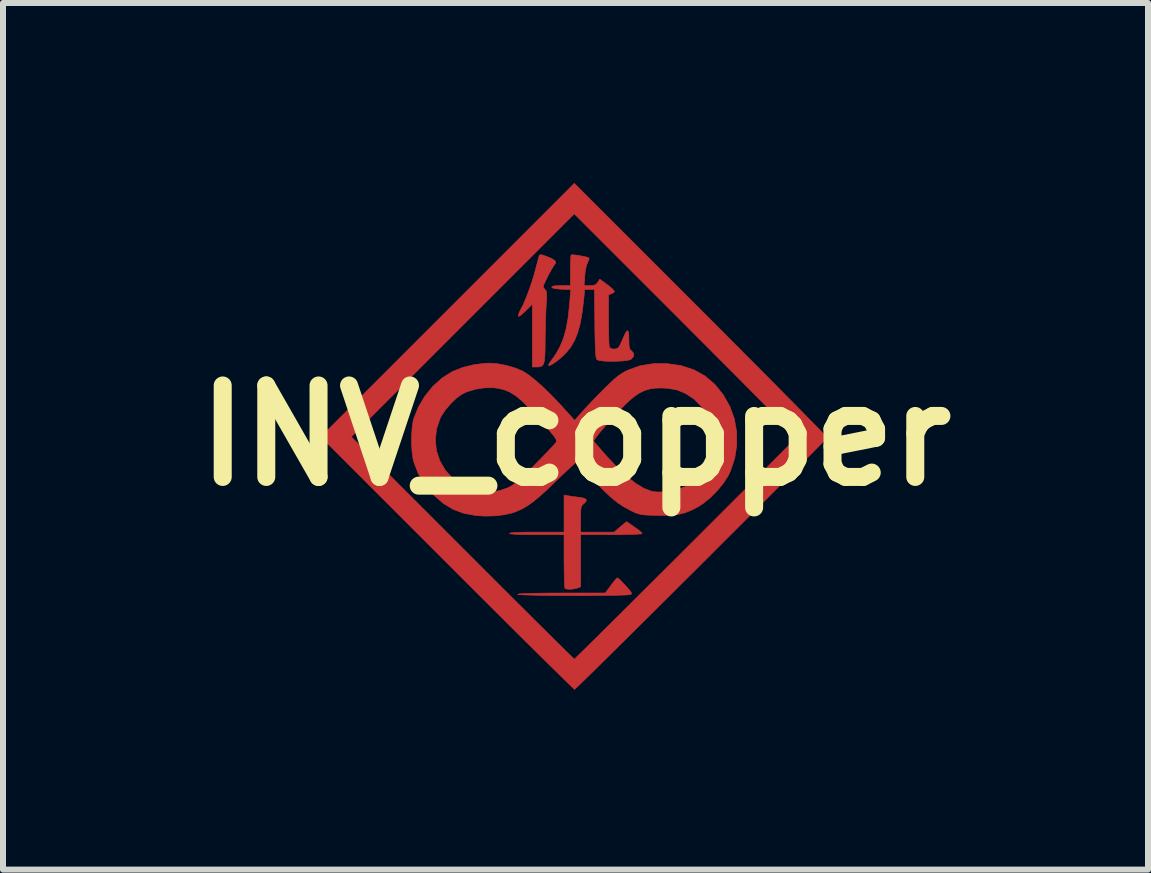
<source format=kicad_pcb>
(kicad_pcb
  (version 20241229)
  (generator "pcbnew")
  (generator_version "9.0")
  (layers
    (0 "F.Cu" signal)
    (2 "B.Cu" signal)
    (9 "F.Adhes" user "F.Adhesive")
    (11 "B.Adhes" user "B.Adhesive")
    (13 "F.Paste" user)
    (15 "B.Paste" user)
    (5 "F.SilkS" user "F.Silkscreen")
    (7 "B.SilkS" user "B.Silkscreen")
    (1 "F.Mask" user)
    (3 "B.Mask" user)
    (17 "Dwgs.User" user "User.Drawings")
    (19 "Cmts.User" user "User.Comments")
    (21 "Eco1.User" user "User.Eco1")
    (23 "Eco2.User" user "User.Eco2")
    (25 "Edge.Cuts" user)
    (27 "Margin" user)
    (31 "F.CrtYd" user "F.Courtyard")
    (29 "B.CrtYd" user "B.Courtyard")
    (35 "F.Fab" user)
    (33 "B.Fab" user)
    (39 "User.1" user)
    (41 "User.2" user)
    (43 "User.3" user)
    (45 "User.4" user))
  (footprint "INV_copper"
    (layer "F.Cu")
    (at 6.539 4.207)
    (property "Reference" "INV_copper" (at 0 0 0) (layer "F.SilkS") (effects (font (size 1.524 1.524) (thickness 0.3))))
    (attr through_hole)
    (fp_poly (pts (xy 0.72 2.385) (xy 0.761 2.424) (xy 0.815 2.481) (xy 0.835 2.502) (xy 0.893 2.567) (xy 0.924 2.609) (xy 0.933 2.633) (xy 0.922 2.646) (xy 0.916 2.649) (xy 0.885 2.653) (xy 0.818 2.657) (xy 0.72 2.66) (xy 0.596 2.662) (xy 0.452 2.664) (xy 0.294 2.665) (xy 0.125 2.666) (xy -0.048 2.666) (xy -0.22 2.665) (xy -0.386 2.664) (xy -0.541 2.662) (xy -0.679 2.66) (xy -0.796 2.657) (xy -0.886 2.654) (xy -0.943 2.65) (xy -0.963 2.646) (xy -0.946 2.639) (xy -0.888 2.634) (xy -0.788 2.63) (xy -0.647 2.627) (xy -0.465 2.625) (xy -0.243 2.624) (xy -0.239 2.624) (xy 0.497 2.623) (xy 0.589 2.497) (xy 0.636 2.436) (xy 0.674 2.391) (xy 0.697 2.371) (xy 0.699 2.371) (xy 0.72 2.385)) (stroke (width 0.01) (type solid)) (fill yes) (layer "F.Cu"))
    (fp_poly (pts (xy -0.549 -3.008) (xy -0.483 -2.985) (xy -0.394 -2.947) (xy -0.344 -2.914) (xy -0.329 -2.883) (xy -0.346 -2.853) (xy -0.369 -2.821) (xy -0.404 -2.761) (xy -0.446 -2.685) (xy -0.465 -2.648) (xy -0.505 -2.566) (xy -0.529 -2.513) (xy -0.537 -2.48) (xy -0.531 -2.459) (xy -0.514 -2.44) (xy -0.512 -2.438) (xy -0.495 -2.418) (xy -0.484 -2.392) (xy -0.48 -2.35) (xy -0.482 -2.283) (xy -0.488 -2.183) (xy -0.488 -2.18) (xy -0.494 -2.081) (xy -0.498 -1.952) (xy -0.502 -1.808) (xy -0.505 -1.661) (xy -0.506 -1.584) (xy -0.507 -1.436) (xy -0.511 -1.326) (xy -0.519 -1.248) (xy -0.532 -1.195) (xy -0.553 -1.164) (xy -0.583 -1.149) (xy -0.623 -1.143) (xy -0.647 -1.143) (xy -0.72 -1.143) (xy -0.72 -2.189) (xy -0.836 -2.074) (xy -0.897 -2.017) (xy -0.934 -1.989) (xy -0.951 -1.989) (xy -0.953 -1.998) (xy -0.942 -2.042) (xy -0.915 -2.097) (xy -0.911 -2.105) (xy -0.873 -2.178) (xy -0.828 -2.283) (xy -0.78 -2.407) (xy -0.733 -2.542) (xy -0.691 -2.677) (xy -0.667 -2.766) (xy -0.643 -2.856) (xy -0.623 -2.932) (xy -0.608 -2.985) (xy -0.604 -3.001) (xy -0.588 -3.013) (xy -0.549 -3.008)) (stroke (width 0.01) (type solid)) (fill yes) (layer "F.Cu"))
    (fp_poly (pts (xy -0.132 1.002) (xy -0.078 1.011) (xy -0.003 1.021) (xy 0.047 1.027) (xy 0.132 1.041) (xy 0.175 1.061) (xy 0.18 1.089) (xy 0.148 1.126) (xy 0.141 1.131) (xy 0.116 1.154) (xy 0.099 1.178) (xy 0.09 1.214) (xy 0.086 1.27) (xy 0.085 1.357) (xy 0.085 1.393) (xy 0.085 1.609) (xy 0.643 1.609) (xy 0.746 1.521) (xy 0.85 1.434) (xy 0.984 1.526) (xy 1.047 1.571) (xy 1.091 1.608) (xy 1.109 1.632) (xy 1.109 1.634) (xy 1.085 1.639) (xy 1.026 1.643) (xy 0.936 1.647) (xy 0.821 1.649) (xy 0.688 1.651) (xy 0.591 1.651) (xy 0.085 1.651) (xy 0.085 2.52) (xy 0.03 2.541) (xy -0.027 2.555) (xy -0.093 2.561) (xy -0.149 2.557) (xy -0.176 2.547) (xy -0.181 2.523) (xy -0.184 2.462) (xy -0.187 2.372) (xy -0.189 2.26) (xy -0.19 2.131) (xy -0.191 2.092) (xy -0.191 1.651) (xy -0.646 1.651) (xy -0.808 1.65) (xy -0.938 1.647) (xy -1.031 1.643) (xy -1.086 1.636) (xy -1.101 1.63) (xy -1.08 1.622) (xy -1.019 1.616) (xy -0.92 1.612) (xy -0.786 1.609) (xy -0.646 1.609) (xy -0.191 1.609) (xy -0.191 0.991) (xy -0.132 1.002)) (stroke (width 0.01) (type solid)) (fill yes) (layer "F.Cu"))
    (fp_poly (pts (xy 0.004 -3.007) (xy 0.071 -2.997) (xy 0.139 -2.984) (xy 0.194 -2.971) (xy 0.223 -2.959) (xy 0.224 -2.959) (xy 0.224 -2.932) (xy 0.204 -2.89) (xy 0.203 -2.89) (xy 0.182 -2.835) (xy 0.164 -2.75) (xy 0.155 -2.667) (xy 0.142 -2.498) (xy 0.238 -2.498) (xy 0.303 -2.502) (xy 0.343 -2.52) (xy 0.369 -2.551) (xy 0.404 -2.605) (xy 0.498 -2.537) (xy 0.558 -2.491) (xy 0.609 -2.449) (xy 0.627 -2.431) (xy 0.648 -2.403) (xy 0.638 -2.384) (xy 0.606 -2.368) (xy 0.55 -2.343) (xy 0.55 -1.925) (xy 0.551 -1.794) (xy 0.553 -1.677) (xy 0.555 -1.579) (xy 0.559 -1.51) (xy 0.563 -1.474) (xy 0.563 -1.473) (xy 0.592 -1.448) (xy 0.641 -1.44) (xy 0.692 -1.45) (xy 0.717 -1.468) (xy 0.738 -1.503) (xy 0.767 -1.563) (xy 0.792 -1.621) (xy 0.829 -1.703) (xy 0.856 -1.744) (xy 0.874 -1.744) (xy 0.885 -1.702) (xy 0.889 -1.618) (xy 0.889 -1.6) (xy 0.891 -1.515) (xy 0.897 -1.463) (xy 0.91 -1.432) (xy 0.931 -1.413) (xy 0.968 -1.371) (xy 0.968 -1.322) (xy 0.933 -1.278) (xy 0.918 -1.268) (xy 0.87 -1.254) (xy 0.795 -1.244) (xy 0.703 -1.239) (xy 0.604 -1.237) (xy 0.509 -1.239) (xy 0.428 -1.246) (xy 0.373 -1.257) (xy 0.356 -1.266) (xy 0.347 -1.285) (xy 0.339 -1.327) (xy 0.334 -1.394) (xy 0.329 -1.49) (xy 0.325 -1.62) (xy 0.322 -1.787) (xy 0.322 -1.864) (xy 0.315 -2.434) (xy 0.152 -2.434) (xy 0.139 -2.291) (xy 0.113 -2.066) (xy 0.08 -1.877) (xy 0.038 -1.719) (xy -0.015 -1.587) (xy -0.08 -1.474) (xy -0.151 -1.386) (xy -0.212 -1.325) (xy -0.275 -1.269) (xy -0.336 -1.223) (xy -0.388 -1.189) (xy -0.428 -1.169) (xy -0.449 -1.168) (xy -0.447 -1.187) (xy -0.424 -1.222) (xy -0.331 -1.352) (xy -0.258 -1.483) (xy -0.2 -1.622) (xy -0.157 -1.778) (xy -0.124 -1.957) (xy -0.101 -2.169) (xy -0.095 -2.237) (xy -0.08 -2.432) (xy -0.234 -2.438) (xy -0.327 -2.446) (xy -0.382 -2.459) (xy -0.397 -2.471) (xy -0.39 -2.485) (xy -0.353 -2.494) (xy -0.281 -2.497) (xy -0.245 -2.498) (xy -0.085 -2.498) (xy -0.085 -2.748) (xy -0.084 -2.847) (xy -0.082 -2.929) (xy -0.078 -2.986) (xy -0.074 -3.009) (xy -0.049 -3.012) (xy 0.004 -3.007)) (stroke (width 0.01) (type solid)) (fill yes) (layer "F.Cu"))
    (fp_poly (pts (xy 2.085 -2.096) (xy 2.334 -1.847) (xy 2.574 -1.606) (xy 2.804 -1.375) (xy 3.023 -1.155) (xy 3.228 -0.949) (xy 3.418 -0.757) (xy 3.591 -0.582) (xy 3.746 -0.425) (xy 3.88 -0.288) (xy 3.993 -0.173) (xy 4.082 -0.082) (xy 4.145 -0.015) (xy 4.182 0.024) (xy 4.191 0.035) (xy 4.176 0.052) (xy 4.134 0.097) (xy 4.065 0.167) (xy 3.973 0.261) (xy 3.858 0.377) (xy 3.725 0.512) (xy 3.573 0.664) (xy 3.406 0.832) (xy 3.225 1.013) (xy 3.034 1.205) (xy 2.832 1.406) (xy 2.624 1.614) (xy 2.41 1.827) (xy 2.194 2.044) (xy 1.976 2.261) (xy 1.759 2.476) (xy 1.546 2.689) (xy 1.338 2.896) (xy 1.137 3.095) (xy 0.945 3.286) (xy 0.765 3.464) (xy 0.598 3.629) (xy 0.447 3.778) (xy 0.314 3.91) (xy 0.2 4.021) (xy 0.108 4.111) (xy 0.04 4.177) (xy -0.002 4.216) (xy -0.015 4.228) (xy -0.032 4.214) (xy -0.077 4.171) (xy -0.148 4.103) (xy -0.244 4.009) (xy -0.363 3.892) (xy -0.504 3.753) (xy -0.664 3.595) (xy -0.842 3.418) (xy -1.037 3.225) (xy -1.246 3.017) (xy -1.468 2.796) (xy -1.701 2.564) (xy -1.944 2.321) (xy -2.138 2.127) (xy -4.244 0.021) (xy -4.244 0.021) (xy -3.736 0.021) (xy -1.884 1.873) (xy -1.651 2.106) (xy -1.426 2.331) (xy -1.212 2.545) (xy -1.009 2.747) (xy -0.82 2.935) (xy -0.647 3.108) (xy -0.49 3.263) (xy -0.354 3.399) (xy -0.238 3.513) (xy -0.145 3.605) (xy -0.076 3.672) (xy -0.034 3.713) (xy -0.02 3.725) (xy -0.004 3.711) (xy 0.04 3.668) (xy 0.111 3.599) (xy 0.206 3.505) (xy 0.324 3.389) (xy 0.462 3.252) (xy 0.62 3.096) (xy 0.795 2.922) (xy 0.985 2.733) (xy 1.189 2.53) (xy 1.404 2.316) (xy 1.63 2.091) (xy 1.837 1.884) (xy 2.07 1.652) (xy 2.294 1.428) (xy 2.508 1.214) (xy 2.71 1.012) (xy 2.898 0.824) (xy 3.07 0.651) (xy 3.224 0.495) (xy 3.36 0.358) (xy 3.474 0.243) (xy 3.565 0.15) (xy 3.632 0.082) (xy 3.671 0.04) (xy 3.683 0.027) (xy 3.668 0.01) (xy 3.625 -0.035) (xy 3.556 -0.106) (xy 3.463 -0.201) (xy 3.346 -0.319) (xy 3.209 -0.458) (xy 3.052 -0.616) (xy 2.878 -0.791) (xy 2.689 -0.982) (xy 2.485 -1.186) (xy 2.27 -1.402) (xy 2.045 -1.627) (xy 1.831 -1.842) (xy -0.021 -3.694) (xy -3.736 0.021) (xy -4.244 0.021) (xy -2.133 -2.09) (xy -0.021 -4.202) (xy 2.085 -2.096)) (stroke (width 0.01) (type solid)) (fill yes) (layer "F.Cu"))
    (fp_poly (pts (xy -1.303 -1.197) (xy -1.16 -1.17) (xy -1.019 -1.13) (xy -0.898 -1.082) (xy -0.871 -1.068) (xy -0.775 -1.006) (xy -0.659 -0.913) (xy -0.527 -0.795) (xy -0.384 -0.654) (xy -0.235 -0.496) (xy -0.231 -0.492) (xy -0.015 -0.253) (xy 0.102 -0.386) (xy 0.159 -0.449) (xy 0.237 -0.532) (xy 0.328 -0.627) (xy 0.424 -0.724) (xy 0.466 -0.767) (xy 0.567 -0.866) (xy 0.647 -0.941) (xy 0.714 -0.996) (xy 0.775 -1.038) (xy 0.839 -1.074) (xy 0.87 -1.089) (xy 1.077 -1.163) (xy 1.302 -1.199) (xy 1.524 -1.199) (xy 1.76 -1.165) (xy 1.971 -1.096) (xy 2.157 -0.993) (xy 2.32 -0.854) (xy 2.46 -0.681) (xy 2.573 -0.481) (xy 2.646 -0.278) (xy 2.684 -0.062) (xy 2.686 0.16) (xy 2.652 0.38) (xy 2.582 0.589) (xy 2.547 0.662) (xy 2.47 0.785) (xy 2.366 0.913) (xy 2.249 1.032) (xy 2.128 1.131) (xy 2.053 1.18) (xy 1.934 1.242) (xy 1.825 1.286) (xy 1.715 1.313) (xy 1.591 1.328) (xy 1.443 1.331) (xy 1.366 1.33) (xy 1.247 1.327) (xy 1.161 1.323) (xy 1.097 1.315) (xy 1.045 1.303) (xy 0.995 1.285) (xy 0.937 1.258) (xy 0.91 1.244) (xy 0.802 1.185) (xy 0.698 1.116) (xy 0.592 1.03) (xy 0.478 0.923) (xy 0.349 0.789) (xy 0.268 0.7) (xy 0.189 0.614) (xy 0.119 0.54) (xy 0.063 0.484) (xy 0.027 0.451) (xy 0.016 0.445) (xy -0.005 0.459) (xy -0.052 0.499) (xy -0.119 0.56) (xy -0.202 0.638) (xy -0.296 0.728) (xy -0.337 0.768) (xy -0.482 0.908) (xy -0.606 1.02) (xy -0.714 1.108) (xy -0.811 1.176) (xy -0.903 1.228) (xy -0.996 1.268) (xy -1.048 1.287) (xy -1.18 1.318) (xy -1.337 1.337) (xy -1.505 1.342) (xy -1.662 1.332) (xy -1.861 1.295) (xy -2.038 1.23) (xy -2.201 1.131) (xy -2.358 0.995) (xy -2.4 0.952) (xy -2.524 0.797) (xy -2.623 0.626) (xy -2.691 0.449) (xy -2.708 0.383) (xy -2.723 0.274) (xy -2.731 0.144) (xy -2.731 0.072) (xy -2.336 0.072) (xy -2.317 0.251) (xy -2.26 0.422) (xy -2.168 0.58) (xy -2.041 0.72) (xy -1.937 0.803) (xy -1.831 0.865) (xy -1.718 0.905) (xy -1.582 0.929) (xy -1.577 0.93) (xy -1.409 0.938) (xy -1.263 0.918) (xy -1.125 0.869) (xy -1.111 0.862) (xy -1.058 0.832) (xy -1.001 0.791) (xy -0.933 0.735) (xy -0.85 0.658) (xy -0.748 0.558) (xy -0.66 0.468) (xy -0.564 0.37) (xy -0.477 0.28) (xy -0.405 0.204) (xy -0.352 0.146) (xy -0.322 0.111) (xy -0.318 0.105) (xy -0.316 0.089) (xy 0.301 0.089) (xy 0.317 0.11) (xy 0.355 0.156) (xy 0.412 0.222) (xy 0.481 0.301) (xy 0.508 0.332) (xy 0.687 0.523) (xy 0.85 0.678) (xy 1 0.795) (xy 1.136 0.878) (xy 1.262 0.927) (xy 1.29 0.934) (xy 1.375 0.941) (xy 1.482 0.938) (xy 1.596 0.924) (xy 1.699 0.902) (xy 1.71 0.899) (xy 1.868 0.831) (xy 2.003 0.733) (xy 2.113 0.61) (xy 2.196 0.468) (xy 2.253 0.313) (xy 2.281 0.149) (xy 2.281 -0.018) (xy 2.252 -0.182) (xy 2.191 -0.339) (xy 2.099 -0.482) (xy 1.975 -0.607) (xy 1.969 -0.612) (xy 1.833 -0.702) (xy 1.693 -0.76) (xy 1.536 -0.788) (xy 1.428 -0.793) (xy 1.328 -0.79) (xy 1.237 -0.777) (xy 1.151 -0.751) (xy 1.066 -0.71) (xy 0.978 -0.651) (xy 0.882 -0.57) (xy 0.774 -0.464) (xy 0.65 -0.332) (xy 0.505 -0.169) (xy 0.479 -0.139) (xy 0.411 -0.059) (xy 0.356 0.009) (xy 0.318 0.06) (xy 0.301 0.087) (xy 0.301 0.089) (xy -0.316 0.089) (xy -0.316 0.087) (xy -0.327 0.059) (xy -0.353 0.018) (xy -0.398 -0.039) (xy -0.463 -0.115) (xy -0.55 -0.214) (xy -0.663 -0.338) (xy -0.755 -0.438) (xy -0.878 -0.564) (xy -0.988 -0.658) (xy -1.093 -0.724) (xy -1.199 -0.767) (xy -1.314 -0.791) (xy -1.366 -0.797) (xy -1.513 -0.796) (xy -1.665 -0.773) (xy -1.805 -0.731) (xy -1.894 -0.689) (xy -1.986 -0.622) (xy -2.082 -0.529) (xy -2.171 -0.424) (xy -2.239 -0.321) (xy -2.256 -0.287) (xy -2.316 -0.108) (xy -2.336 0.072) (xy -2.731 0.072) (xy -2.731 0.007) (xy -2.723 -0.122) (xy -2.708 -0.231) (xy -2.698 -0.275) (xy -2.62 -0.471) (xy -2.511 -0.655) (xy -2.376 -0.821) (xy -2.221 -0.96) (xy -2.053 -1.066) (xy -2.049 -1.067) (xy -1.879 -1.135) (xy -1.687 -1.182) (xy -1.493 -1.205) (xy -1.43 -1.206) (xy -1.303 -1.197)) (stroke (width 0.01) (type solid)) (fill yes) (layer "F.Cu")))
  (gr_rect
    (start -3 -3)
    (end 16.077 11.439)
    (stroke (width 0.1) (type default))
    (fill no)
    (layer "Edge.Cuts")))
</source>
